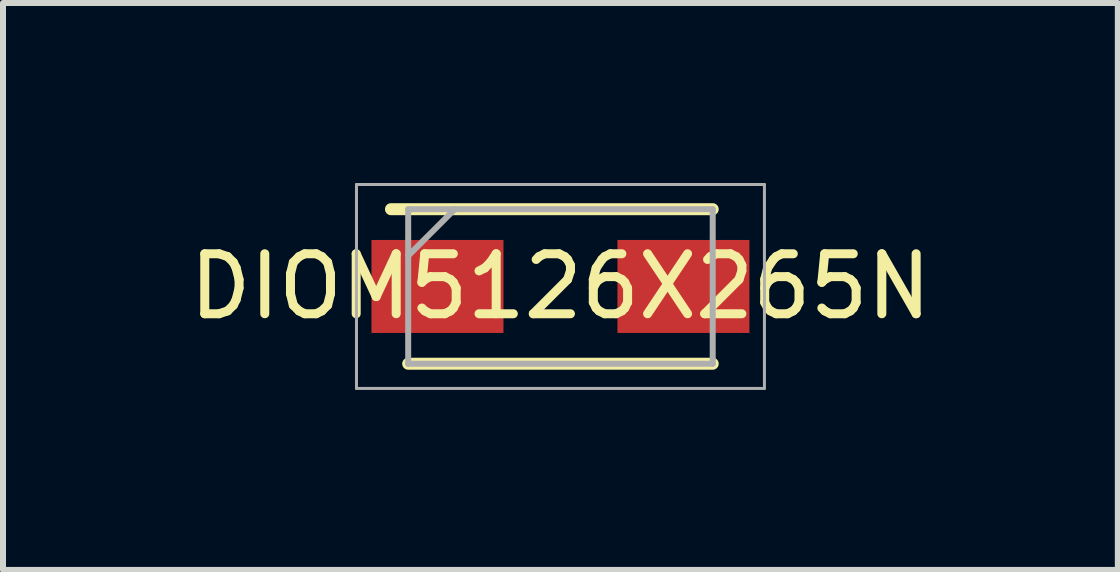
<source format=kicad_pcb>
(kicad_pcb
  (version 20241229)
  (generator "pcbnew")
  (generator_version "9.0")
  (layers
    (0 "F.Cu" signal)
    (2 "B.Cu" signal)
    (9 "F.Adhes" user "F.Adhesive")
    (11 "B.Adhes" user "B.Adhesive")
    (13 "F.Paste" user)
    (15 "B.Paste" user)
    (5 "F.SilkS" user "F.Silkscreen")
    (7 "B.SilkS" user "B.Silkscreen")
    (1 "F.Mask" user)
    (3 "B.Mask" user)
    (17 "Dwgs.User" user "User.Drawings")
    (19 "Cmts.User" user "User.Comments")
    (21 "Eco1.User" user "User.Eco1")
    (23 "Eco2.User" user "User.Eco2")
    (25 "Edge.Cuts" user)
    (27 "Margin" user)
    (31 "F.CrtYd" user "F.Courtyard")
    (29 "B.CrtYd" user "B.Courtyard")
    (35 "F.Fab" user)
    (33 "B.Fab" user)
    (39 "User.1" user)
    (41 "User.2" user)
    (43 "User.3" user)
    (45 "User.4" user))
  (footprint "DIOM5126X265N"
    (layer "F.Cu")
    (at 6.292 1.725)
    (property "Reference" "DIOM5126X265N" (at 0 0 0) (layer "F.SilkS") (effects (font (size 1 1) (thickness 0.15))))
    (attr smd)
    (fp_line (start -2.538 1.288) (end 2.538 1.288) (stroke (width 0.2) (type solid)) (layer "F.SilkS"))
    (fp_line (start 2.538 -1.288) (end -2.825 -1.288) (stroke (width 0.2) (type solid)) (layer "F.SilkS"))
    (fp_line (start -3.4 -1.7) (end 3.4 -1.7) (stroke (width 0.05) (type solid)) (layer "F.Fab"))
    (fp_line (start -3.4 1.7) (end -3.4 -1.7) (stroke (width 0.05) (type solid)) (layer "F.Fab"))
    (fp_line (start -2.538 -1.288) (end 2.538 -1.288) (stroke (width 0.1) (type solid)) (layer "F.Fab"))
    (fp_line (start -2.538 -0.512) (end -1.762 -1.288) (stroke (width 0.1) (type solid)) (layer "F.Fab"))
    (fp_line (start -2.538 1.288) (end -2.538 -1.288) (stroke (width 0.1) (type solid)) (layer "F.Fab"))
    (fp_line (start 2.538 -1.288) (end 2.538 1.288) (stroke (width 0.1) (type solid)) (layer "F.Fab"))
    (fp_line (start 2.538 1.288) (end -2.538 1.288) (stroke (width 0.1) (type solid)) (layer "F.Fab"))
    (fp_line (start 3.4 -1.7) (end 3.4 1.7) (stroke (width 0.05) (type solid)) (layer "F.Fab"))
    (fp_line (start 3.4 1.7) (end -3.4 1.7) (stroke (width 0.05) (type solid)) (layer "F.Fab"))
    (pad "1" smd rect (at -2.05 0) (size 2.2 1.55) (layers "F.Cu" "F.Mask" "F.Paste"))
    (pad "2" smd rect (at 2.05 0) (size 2.2 1.55) (layers "F.Cu" "F.Mask" "F.Paste")))
  (gr_rect
    (start -3 -3)
    (end 15.583 6.45)
    (stroke (width 0.1) (type default))
    (fill no)
    (layer "Edge.Cuts")))
</source>
